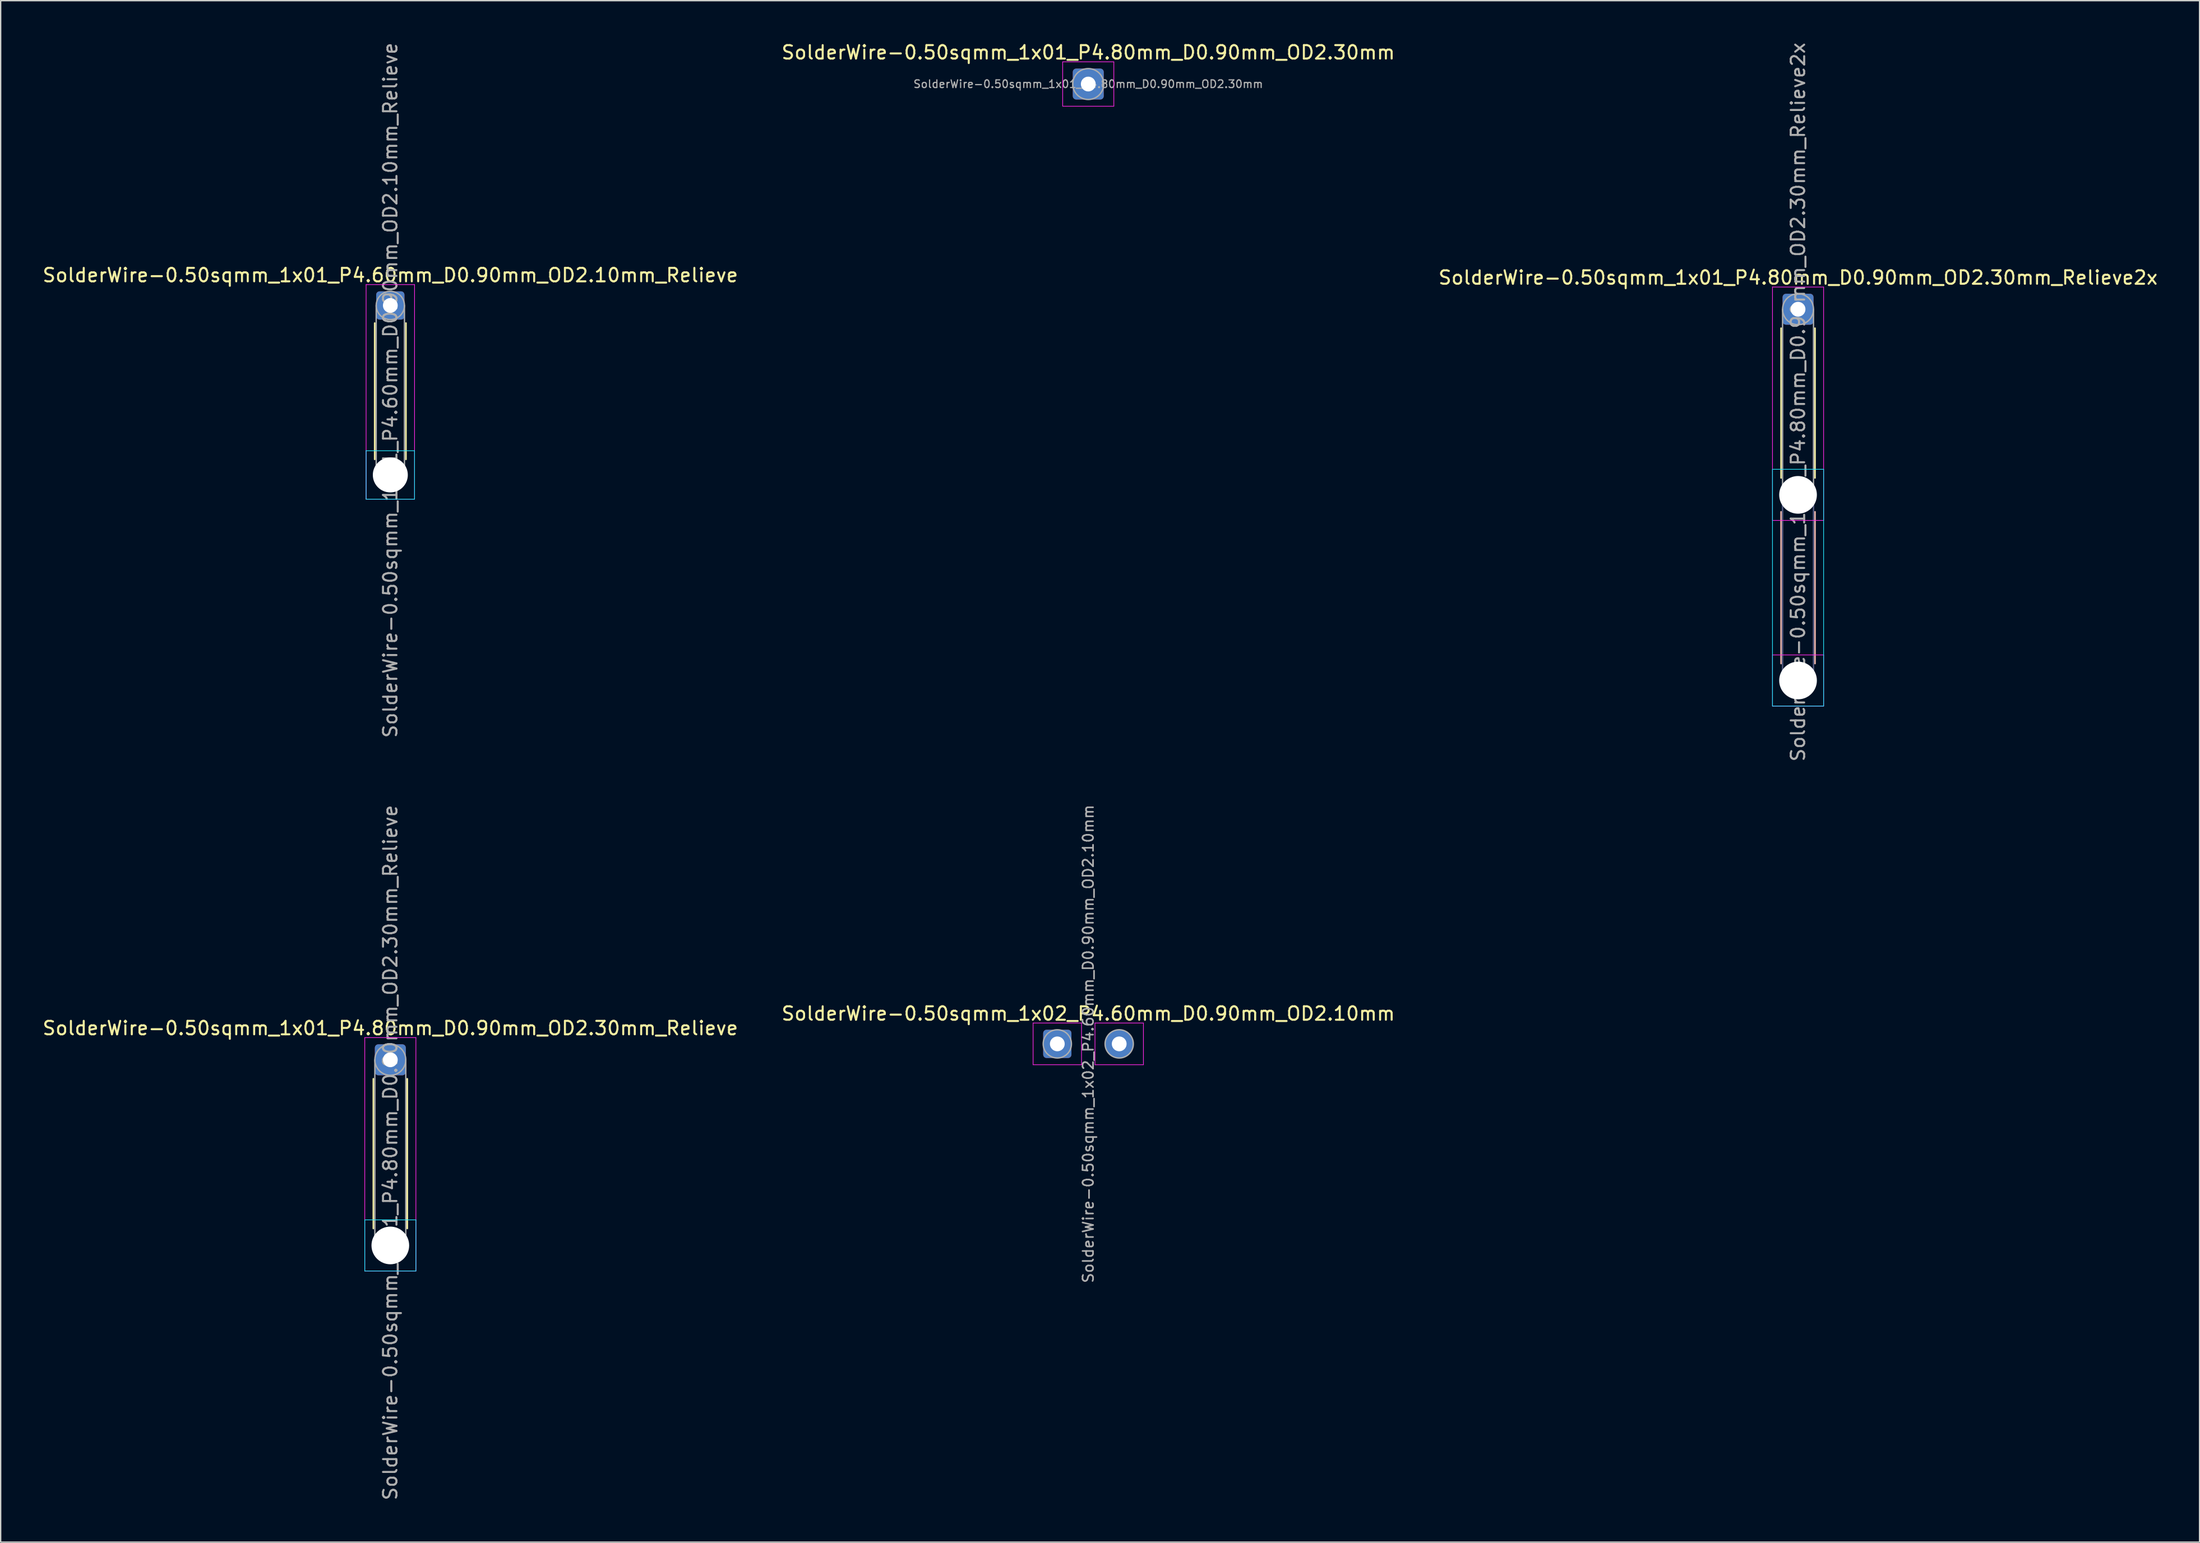
<source format=kicad_pcb>
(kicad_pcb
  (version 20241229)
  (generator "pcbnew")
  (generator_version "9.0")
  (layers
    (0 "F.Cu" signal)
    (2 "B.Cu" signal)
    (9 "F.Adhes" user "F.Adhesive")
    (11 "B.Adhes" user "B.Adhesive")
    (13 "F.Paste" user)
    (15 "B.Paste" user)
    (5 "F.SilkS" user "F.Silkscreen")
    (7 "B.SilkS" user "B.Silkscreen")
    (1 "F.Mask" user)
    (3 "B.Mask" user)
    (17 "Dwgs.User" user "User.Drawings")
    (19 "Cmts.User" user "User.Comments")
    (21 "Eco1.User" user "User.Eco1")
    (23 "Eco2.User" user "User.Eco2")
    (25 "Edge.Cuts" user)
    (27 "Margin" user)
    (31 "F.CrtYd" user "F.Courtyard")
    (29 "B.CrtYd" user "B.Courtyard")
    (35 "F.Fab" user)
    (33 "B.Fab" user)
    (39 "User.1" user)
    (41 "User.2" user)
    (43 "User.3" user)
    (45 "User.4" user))
  (footprint "SolderWire-0.50sqmm_1x02_P4.60mm_D0.90mm_OD2.10mm"
    (layer "F.Cu")
    (at 75.527 74.553)
    (property "Reference" "SolderWire-0.50sqmm_1x02_P4.60mm_D0.90mm_OD2.10mm" (at 2.3 -2.25 0) (layer "F.SilkS") (effects (font (size 1 1) (thickness 0.15))))
    (attr exclude_from_pos_files exclude_from_bom)
    (fp_line (start -1.8 -1.55) (end -1.8 1.55) (stroke (width 0.05) (type solid)) (layer "F.CrtYd"))
    (fp_line (start -1.8 1.55) (end 1.8 1.55) (stroke (width 0.05) (type solid)) (layer "F.CrtYd"))
    (fp_line (start 1.8 -1.55) (end -1.8 -1.55) (stroke (width 0.05) (type solid)) (layer "F.CrtYd"))
    (fp_line (start 1.8 1.55) (end 1.8 -1.55) (stroke (width 0.05) (type solid)) (layer "F.CrtYd"))
    (fp_line (start 2.8 -1.55) (end 2.8 1.55) (stroke (width 0.05) (type solid)) (layer "F.CrtYd"))
    (fp_line (start 2.8 1.55) (end 6.4 1.55) (stroke (width 0.05) (type solid)) (layer "F.CrtYd"))
    (fp_line (start 6.4 -1.55) (end 2.8 -1.55) (stroke (width 0.05) (type solid)) (layer "F.CrtYd"))
    (fp_line (start 6.4 1.55) (end 6.4 -1.55) (stroke (width 0.05) (type solid)) (layer "F.CrtYd"))
    (fp_circle (center 0 0) (end 1.05 0) (stroke (width 0.1) (type solid)) (fill no) (layer "F.Fab"))
    (fp_circle (center 4.6 0) (end 5.65 0) (stroke (width 0.1) (type solid)) (fill no) (layer "F.Fab"))
    (fp_text user "${REFERENCE}" (at 2.3 0 90) (layer "F.Fab") (effects (font (size 0.78 0.78) (thickness 0.12))))
    (pad "1" thru_hole roundrect (at 0 0) (size 2.1 2.1) (drill 1.1) (layers "*.Cu" "*.Mask") (roundrect_rratio 0.119))
    (pad "2" thru_hole circle (at 4.6 0) (size 2.1 2.1) (drill 1.1) (layers "*.Cu" "*.Mask")))
  (footprint "SolderWire-0.50sqmm_1x01_P4.60mm_D0.90mm_OD2.10mm_Relieve"
    (layer "F.Cu")
    (at 25.958 19.658)
    (property "Reference" "SolderWire-0.50sqmm_1x01_P4.60mm_D0.90mm_OD2.10mm_Relieve" (at 0 -2.25 0) (layer "F.SilkS") (effects (font (size 1 1) (thickness 0.15))))
    (attr exclude_from_pos_files exclude_from_bom)
    (fp_line (start -1.16 1.31) (end -1.16 11.44) (stroke (width 0.12) (type solid)) (layer "F.SilkS"))
    (fp_line (start 1.16 1.31) (end 1.16 11.44) (stroke (width 0.12) (type solid)) (layer "F.SilkS"))
    (fp_line (start -1.8 10.8) (end -1.8 14.4) (stroke (width 0.05) (type solid)) (layer "B.CrtYd"))
    (fp_line (start -1.8 14.4) (end 1.8 14.4) (stroke (width 0.05) (type solid)) (layer "B.CrtYd"))
    (fp_line (start 1.8 10.8) (end -1.8 10.8) (stroke (width 0.05) (type solid)) (layer "B.CrtYd"))
    (fp_line (start 1.8 14.4) (end 1.8 10.8) (stroke (width 0.05) (type solid)) (layer "B.CrtYd"))
    (fp_line (start -1.8 -1.55) (end -1.8 14.4) (stroke (width 0.05) (type solid)) (layer "F.CrtYd"))
    (fp_line (start -1.8 14.4) (end 1.8 14.4) (stroke (width 0.05) (type solid)) (layer "F.CrtYd"))
    (fp_line (start 1.8 -1.55) (end -1.8 -1.55) (stroke (width 0.05) (type solid)) (layer "F.CrtYd"))
    (fp_line (start 1.8 14.4) (end 1.8 -1.55) (stroke (width 0.05) (type solid)) (layer "F.CrtYd"))
    (fp_line (start -1.05 0) (end -1.05 12.6) (stroke (width 0.1) (type solid)) (layer "F.Fab"))
    (fp_line (start 1.05 0) (end 1.05 12.6) (stroke (width 0.1) (type solid)) (layer "F.Fab"))
    (fp_circle (center 0 0) (end 1.05 0) (stroke (width 0.1) (type solid)) (fill no) (layer "F.Fab"))
    (fp_circle (center 0 12.6) (end 1.05 12.6) (stroke (width 0.1) (type solid)) (fill no) (layer "F.Fab"))
    (fp_text user "${REFERENCE}" (at 0 6.3 90) (layer "F.Fab") (effects (font (size 1 1) (thickness 0.15))))
    (pad "" np_thru_hole circle (at 0 12.6) (size 2.6 2.6) (drill 2.6) (layers "*.Cu" "*.Mask"))
    (pad "1" thru_hole roundrect (at 0 0) (size 2.1 2.1) (drill 1.1) (layers "*.Cu" "*.Mask") (roundrect_rratio 0.119)))
  (footprint "SolderWire-0.50sqmm_1x01_P4.80mm_D0.90mm_OD2.30mm_Relieve"
    (layer "F.Cu")
    (at 25.958 75.737)
    (property "Reference" "SolderWire-0.50sqmm_1x01_P4.80mm_D0.90mm_OD2.30mm_Relieve" (at 0 -2.35 0) (layer "F.SilkS") (effects (font (size 1 1) (thickness 0.15))))
    (attr exclude_from_pos_files exclude_from_bom)
    (fp_line (start -1.26 1.41) (end -1.26 12.54) (stroke (width 0.12) (type solid)) (layer "F.SilkS"))
    (fp_line (start 1.26 1.41) (end 1.26 12.54) (stroke (width 0.12) (type solid)) (layer "F.SilkS"))
    (fp_line (start -1.9 11.9) (end -1.9 15.7) (stroke (width 0.05) (type solid)) (layer "B.CrtYd"))
    (fp_line (start -1.9 15.7) (end 1.9 15.7) (stroke (width 0.05) (type solid)) (layer "B.CrtYd"))
    (fp_line (start 1.9 11.9) (end -1.9 11.9) (stroke (width 0.05) (type solid)) (layer "B.CrtYd"))
    (fp_line (start 1.9 15.7) (end 1.9 11.9) (stroke (width 0.05) (type solid)) (layer "B.CrtYd"))
    (fp_line (start -1.9 -1.65) (end -1.9 15.7) (stroke (width 0.05) (type solid)) (layer "F.CrtYd"))
    (fp_line (start -1.9 15.7) (end 1.9 15.7) (stroke (width 0.05) (type solid)) (layer "F.CrtYd"))
    (fp_line (start 1.9 -1.65) (end -1.9 -1.65) (stroke (width 0.05) (type solid)) (layer "F.CrtYd"))
    (fp_line (start 1.9 15.7) (end 1.9 -1.65) (stroke (width 0.05) (type solid)) (layer "F.CrtYd"))
    (fp_line (start -1.15 0) (end -1.15 13.8) (stroke (width 0.1) (type solid)) (layer "F.Fab"))
    (fp_line (start 1.15 0) (end 1.15 13.8) (stroke (width 0.1) (type solid)) (layer "F.Fab"))
    (fp_circle (center 0 0) (end 1.15 0) (stroke (width 0.1) (type solid)) (fill no) (layer "F.Fab"))
    (fp_circle (center 0 13.8) (end 1.15 13.8) (stroke (width 0.1) (type solid)) (fill no) (layer "F.Fab"))
    (fp_text user "${REFERENCE}" (at 0 6.9 90) (layer "F.Fab") (effects (font (size 1 1) (thickness 0.15))))
    (pad "" np_thru_hole circle (at 0 13.8) (size 2.8 2.8) (drill 2.8) (layers "*.Cu" "*.Mask"))
    (pad "1" thru_hole roundrect (at 0 0) (size 2.3 2.3) (drill 1.1) (layers "*.Cu" "*.Mask") (roundrect_rratio 0.109)))
  (footprint "SolderWire-0.50sqmm_1x01_P4.80mm_D0.90mm_OD2.30mm"
    (layer "F.Cu")
    (at 77.827 3.198)
    (property "Reference" "SolderWire-0.50sqmm_1x01_P4.80mm_D0.90mm_OD2.30mm" (at 0 -2.35 0) (layer "F.SilkS") (effects (font (size 1 1) (thickness 0.15))))
    (attr exclude_from_pos_files exclude_from_bom)
    (fp_line (start -1.9 -1.65) (end -1.9 1.65) (stroke (width 0.05) (type solid)) (layer "F.CrtYd"))
    (fp_line (start -1.9 1.65) (end 1.9 1.65) (stroke (width 0.05) (type solid)) (layer "F.CrtYd"))
    (fp_line (start 1.9 -1.65) (end -1.9 -1.65) (stroke (width 0.05) (type solid)) (layer "F.CrtYd"))
    (fp_line (start 1.9 1.65) (end 1.9 -1.65) (stroke (width 0.05) (type solid)) (layer "F.CrtYd"))
    (fp_circle (center 0 0) (end 1.15 0) (stroke (width 0.1) (type solid)) (fill no) (layer "F.Fab"))
    (fp_text user "${REFERENCE}" (at 0 0 0) (layer "F.Fab") (effects (font (size 0.57 0.57) (thickness 0.09))))
    (pad "1" thru_hole roundrect (at 0 0) (size 2.3 2.3) (drill 1.1) (layers "*.Cu" "*.Mask") (roundrect_rratio 0.109)))
  (footprint "SolderWire-0.50sqmm_1x01_P4.80mm_D0.90mm_OD2.30mm_Relieve2x"
    (layer "F.Cu")
    (at 130.577 19.939)
    (property "Reference" "SolderWire-0.50sqmm_1x01_P4.80mm_D0.90mm_OD2.30mm_Relieve2x" (at 0 -2.35 0) (layer "F.SilkS") (effects (font (size 1 1) (thickness 0.15))))
    (attr exclude_from_pos_files exclude_from_bom)
    (fp_line (start -1.26 1.41) (end -1.26 12.54) (stroke (width 0.12) (type solid)) (layer "F.SilkS"))
    (fp_line (start 1.26 1.41) (end 1.26 12.54) (stroke (width 0.12) (type solid)) (layer "F.SilkS"))
    (fp_line (start -1.26 15.06) (end -1.26 26.34) (stroke (width 0.12) (type solid)) (layer "B.SilkS"))
    (fp_line (start 1.26 15.06) (end 1.26 26.34) (stroke (width 0.12) (type solid)) (layer "B.SilkS"))
    (fp_line (start -1.9 11.9) (end -1.9 29.5) (stroke (width 0.05) (type solid)) (layer "B.CrtYd"))
    (fp_line (start -1.9 29.5) (end 1.9 29.5) (stroke (width 0.05) (type solid)) (layer "B.CrtYd"))
    (fp_line (start 1.9 11.9) (end -1.9 11.9) (stroke (width 0.05) (type solid)) (layer "B.CrtYd"))
    (fp_line (start 1.9 29.5) (end 1.9 11.9) (stroke (width 0.05) (type solid)) (layer "B.CrtYd"))
    (fp_line (start -1.9 -1.65) (end -1.9 15.7) (stroke (width 0.05) (type solid)) (layer "F.CrtYd"))
    (fp_line (start -1.9 15.7) (end 1.9 15.7) (stroke (width 0.05) (type solid)) (layer "F.CrtYd"))
    (fp_line (start -1.9 25.7) (end -1.9 29.5) (stroke (width 0.05) (type solid)) (layer "F.CrtYd"))
    (fp_line (start -1.9 29.5) (end 1.9 29.5) (stroke (width 0.05) (type solid)) (layer "F.CrtYd"))
    (fp_line (start 1.9 -1.65) (end -1.9 -1.65) (stroke (width 0.05) (type solid)) (layer "F.CrtYd"))
    (fp_line (start 1.9 15.7) (end 1.9 -1.65) (stroke (width 0.05) (type solid)) (layer "F.CrtYd"))
    (fp_line (start 1.9 25.7) (end -1.9 25.7) (stroke (width 0.05) (type solid)) (layer "F.CrtYd"))
    (fp_line (start 1.9 29.5) (end 1.9 25.7) (stroke (width 0.05) (type solid)) (layer "F.CrtYd"))
    (fp_line (start -1.15 13.8) (end -1.15 27.6) (stroke (width 0.1) (type solid)) (layer "B.Fab"))
    (fp_line (start 1.15 13.8) (end 1.15 27.6) (stroke (width 0.1) (type solid)) (layer "B.Fab"))
    (fp_circle (center 0 13.8) (end 1.15 13.8) (stroke (width 0.1) (type solid)) (fill no) (layer "B.Fab"))
    (fp_circle (center 0 27.6) (end 1.15 27.6) (stroke (width 0.1) (type solid)) (fill no) (layer "B.Fab"))
    (fp_line (start -1.15 0) (end -1.15 13.8) (stroke (width 0.1) (type solid)) (layer "F.Fab"))
    (fp_line (start 1.15 0) (end 1.15 13.8) (stroke (width 0.1) (type solid)) (layer "F.Fab"))
    (fp_circle (center 0 0) (end 1.15 0) (stroke (width 0.1) (type solid)) (fill no) (layer "F.Fab"))
    (fp_circle (center 0 13.8) (end 1.15 13.8) (stroke (width 0.1) (type solid)) (fill no) (layer "F.Fab"))
    (fp_circle (center 0 27.6) (end 1.15 27.6) (stroke (width 0.1) (type solid)) (fill no) (layer "F.Fab"))
    (fp_text user "${REFERENCE}" (at 0 6.9 90) (layer "F.Fab") (effects (font (size 1 1) (thickness 0.15))))
    (pad "" np_thru_hole circle (at 0 13.8) (size 2.8 2.8) (drill 2.8) (layers "*.Cu" "*.Mask"))
    (pad "" np_thru_hole circle (at 0 27.6) (size 2.8 2.8) (drill 2.8) (layers "*.Cu" "*.Mask"))
    (pad "1" thru_hole roundrect (at 0 0) (size 2.3 2.3) (drill 1.1) (layers "*.Cu" "*.Mask") (roundrect_rratio 0.109)))
  (gr_rect
    (start -3 -3)
    (end 160.417 111.595)
    (stroke (width 0.1) (type default))
    (fill no)
    (layer "Edge.Cuts")))
</source>
